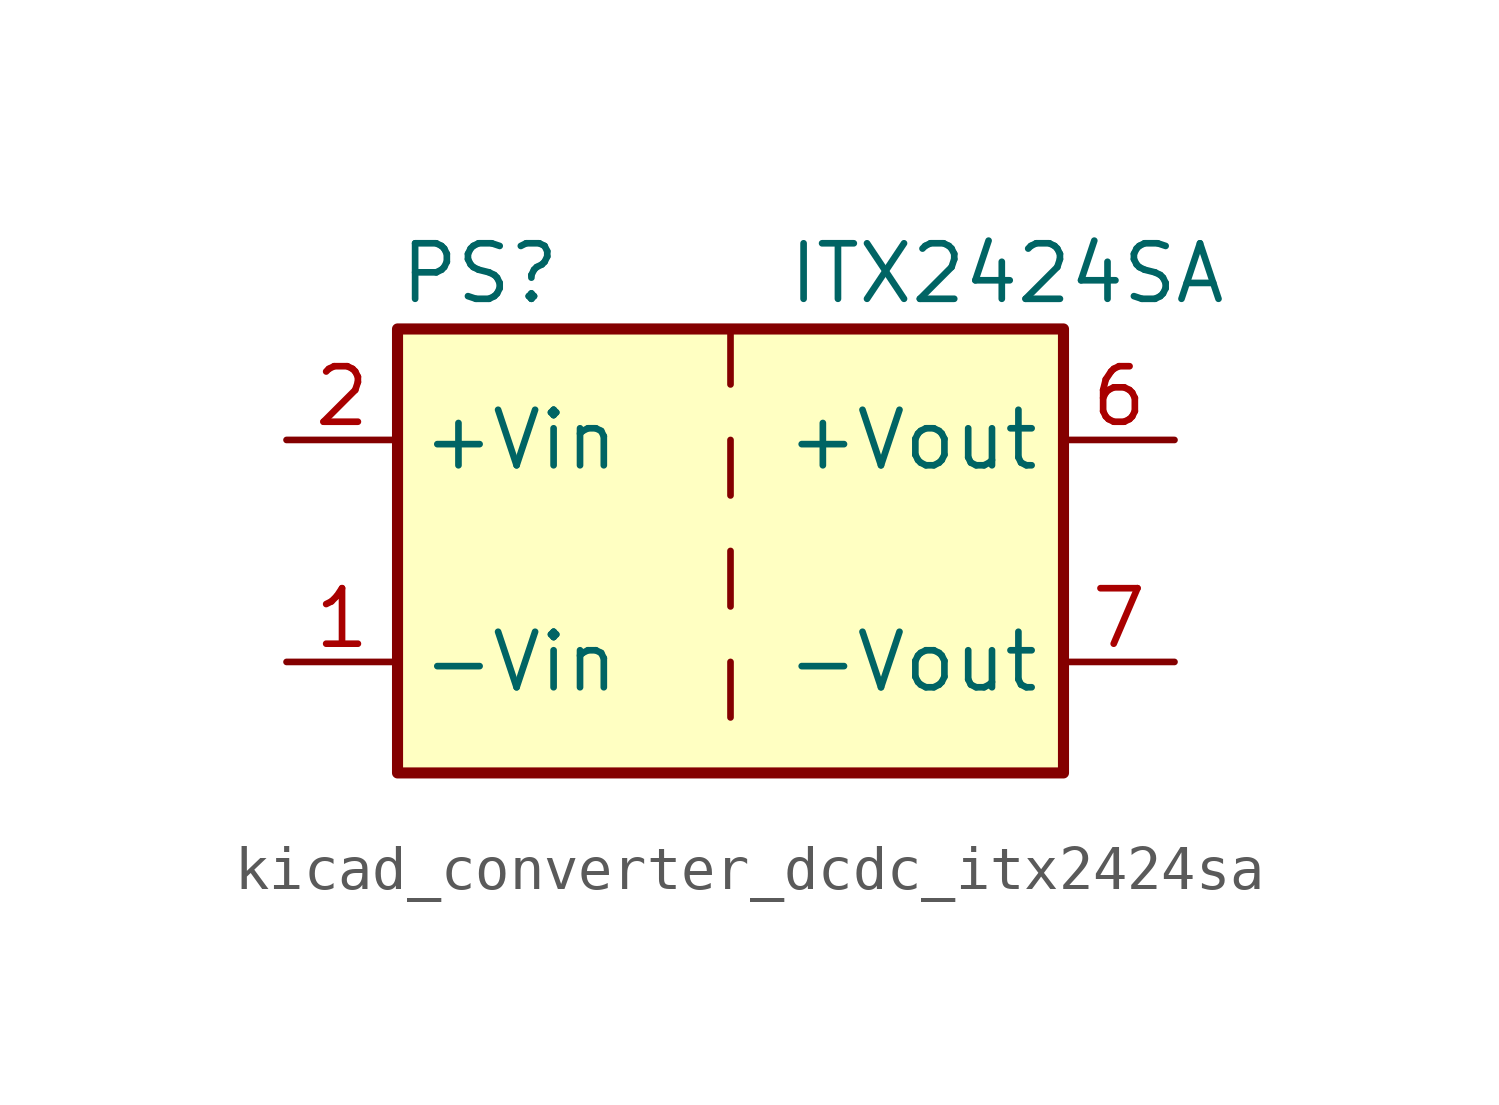
<source format=kicad_sym>
(kicad_symbol_lib
  (version 20220914)
  (generator kicad_symbol_editor)
  (symbol "kicad_converter_dcdc_itx2424sa"
    (property "Reference" "PS"
      (at -7.62 6.35 0)
      (effects (font (size 1.27 1.27)) (justify left)))
    (property "Value" "ITX2424SA"
      (at 1.27 6.35 0)
      (effects (font (size 1.27 1.27)) (justify left)))
    (symbol "kicad_converter_dcdc_itx2424sa_0_0"
      (pin power_in line (at -10.16 -2.54 0) (length 2.54) (name "-Vin" (effects (font (size 1.27 1.27)))) (number "1" (effects (font (size 1.27 1.27)))))
      (pin power_in line (at -10.16 2.54 0) (length 2.54) (name "+Vin" (effects (font (size 1.27 1.27)))) (number "2" (effects (font (size 1.27 1.27)))))
      (pin power_out line (at 10.16 2.54 180) (length 2.54) (name "+Vout" (effects (font (size 1.27 1.27)))) (number "6" (effects (font (size 1.27 1.27)))))
      (pin power_out line (at 10.16 -2.54 180) (length 2.54) (name "-Vout" (effects (font (size 1.27 1.27)))) (number "7" (effects (font (size 1.27 1.27)))))
      (pin no_connect line (at 7.62 0 180) (length 2.54) hide (name "NC" (effects (font (size 1.27 1.27)))) (number "8" (effects (font (size 1.27 1.27))))))
    (symbol "kicad_converter_dcdc_itx2424sa_0_1"
      (rectangle (start -7.62 5.08) (end 7.62 -5.08) (stroke (width 0.254) (type default)) (fill (type background)))
      (polyline (pts (xy 0 -2.54) (xy 0 -3.81)) (stroke (width 0) (type default)) (fill (type none)))
      (polyline (pts (xy 0 0) (xy 0 -1.27)) (stroke (width 0) (type default)) (fill (type none)))
      (polyline (pts (xy 0 2.54) (xy 0 1.27)) (stroke (width 0) (type default)) (fill (type none)))
      (polyline (pts (xy 0 5.08) (xy 0 3.81)) (stroke (width 0) (type default)) (fill (type none))))))
</source>
